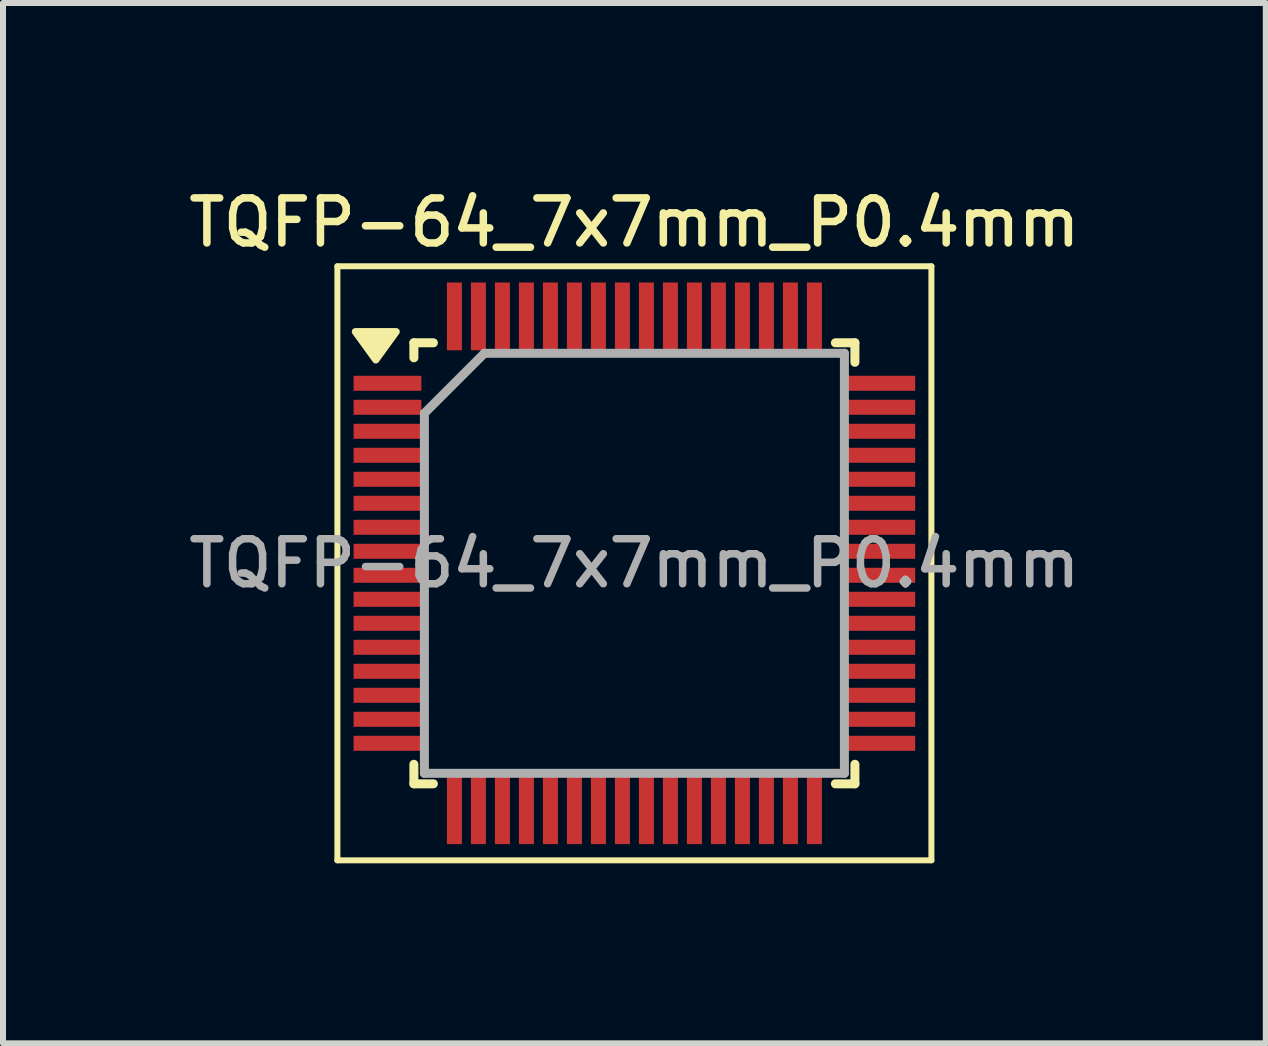
<source format=kicad_pcb>
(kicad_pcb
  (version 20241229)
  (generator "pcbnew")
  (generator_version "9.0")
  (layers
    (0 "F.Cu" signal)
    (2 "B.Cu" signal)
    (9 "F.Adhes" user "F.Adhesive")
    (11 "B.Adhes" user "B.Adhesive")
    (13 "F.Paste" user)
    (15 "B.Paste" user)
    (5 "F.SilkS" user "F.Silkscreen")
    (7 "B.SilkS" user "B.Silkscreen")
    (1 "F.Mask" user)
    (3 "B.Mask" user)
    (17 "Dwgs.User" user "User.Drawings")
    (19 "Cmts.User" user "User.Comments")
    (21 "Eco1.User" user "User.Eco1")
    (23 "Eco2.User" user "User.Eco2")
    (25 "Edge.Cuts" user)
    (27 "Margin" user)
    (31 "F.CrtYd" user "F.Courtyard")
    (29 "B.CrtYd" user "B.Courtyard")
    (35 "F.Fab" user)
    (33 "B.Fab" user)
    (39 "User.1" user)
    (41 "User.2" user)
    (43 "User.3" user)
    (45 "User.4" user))
  (footprint "TQFP-64_7x7mm_P0.4mm"
    (layer "F.Cu")
    (at 7.523 6.338)
    (property "Reference" "TQFP-64_7x7mm_P0.4mm" (at 0 -5.68 0) (layer "F.SilkS") (effects (font (size 0.75 0.75) (thickness 0.125))))
    (attr smd)
    (fp_line (start -4.95 -4.95) (end -4.95 4.95) (stroke (width 0.1) (type solid)) (layer "F.SilkS"))
    (fp_line (start -4.95 -4.95) (end 4.95 -4.95) (stroke (width 0.1) (type solid)) (layer "F.SilkS"))
    (fp_line (start -4.95 4.95) (end 4.95 4.95) (stroke (width 0.1) (type solid)) (layer "F.SilkS"))
    (fp_line (start -3.675 -3.675) (end -3.675 -3.425) (stroke (width 0.15) (type solid)) (layer "F.SilkS"))
    (fp_line (start -3.675 -3.675) (end -3.35 -3.675) (stroke (width 0.15) (type solid)) (layer "F.SilkS"))
    (fp_line (start -3.675 3.675) (end -3.675 3.35) (stroke (width 0.15) (type solid)) (layer "F.SilkS"))
    (fp_line (start -3.675 3.675) (end -3.35 3.675) (stroke (width 0.15) (type solid)) (layer "F.SilkS"))
    (fp_line (start 3.675 -3.675) (end 3.35 -3.675) (stroke (width 0.15) (type solid)) (layer "F.SilkS"))
    (fp_line (start 3.675 -3.675) (end 3.675 -3.35) (stroke (width 0.15) (type solid)) (layer "F.SilkS"))
    (fp_line (start 3.675 3.675) (end 3.35 3.675) (stroke (width 0.15) (type solid)) (layer "F.SilkS"))
    (fp_line (start 3.675 3.675) (end 3.675 3.35) (stroke (width 0.15) (type solid)) (layer "F.SilkS"))
    (fp_line (start 4.95 -4.95) (end 4.95 4.95) (stroke (width 0.1) (type solid)) (layer "F.SilkS"))
    (fp_poly (pts (xy -4.31 -3.39) (xy -4.65 -3.86) (xy -3.97 -3.86) (xy -4.31 -3.39)) (stroke (width 0.12) (type solid)) (fill yes) (layer "F.SilkS"))
    (fp_line (start -3.5 -2.5) (end -2.5 -3.5) (stroke (width 0.15) (type solid)) (layer "F.Fab"))
    (fp_line (start -3.5 3.5) (end -3.5 -2.5) (stroke (width 0.15) (type solid)) (layer "F.Fab"))
    (fp_line (start -2.5 -3.5) (end 3.5 -3.5) (stroke (width 0.15) (type solid)) (layer "F.Fab"))
    (fp_line (start 3.5 -3.5) (end 3.5 3.5) (stroke (width 0.15) (type solid)) (layer "F.Fab"))
    (fp_line (start 3.5 3.5) (end -3.5 3.5) (stroke (width 0.15) (type solid)) (layer "F.Fab"))
    (fp_text user "${REFERENCE}" (at 0 0 0) (layer "F.Fab") (effects (font (size 0.75 0.75) (thickness 0.125))))
    (pad "1" smd rect (at -4.115 -3) (size 1.13 0.25) (layers "F.Cu" "F.Mask" "F.Paste"))
    (pad "2" smd rect (at -4.115 -2.6) (size 1.13 0.25) (layers "F.Cu" "F.Mask" "F.Paste"))
    (pad "3" smd rect (at -4.115 -2.2) (size 1.13 0.25) (layers "F.Cu" "F.Mask" "F.Paste"))
    (pad "4" smd rect (at -4.115 -1.8) (size 1.13 0.25) (layers "F.Cu" "F.Mask" "F.Paste"))
    (pad "5" smd rect (at -4.115 -1.4) (size 1.13 0.25) (layers "F.Cu" "F.Mask" "F.Paste"))
    (pad "6" smd rect (at -4.115 -1) (size 1.13 0.25) (layers "F.Cu" "F.Mask" "F.Paste"))
    (pad "7" smd rect (at -4.115 -0.6) (size 1.13 0.25) (layers "F.Cu" "F.Mask" "F.Paste"))
    (pad "8" smd rect (at -4.115 -0.2) (size 1.13 0.25) (layers "F.Cu" "F.Mask" "F.Paste"))
    (pad "9" smd rect (at -4.115 0.2) (size 1.13 0.25) (layers "F.Cu" "F.Mask" "F.Paste"))
    (pad "10" smd rect (at -4.115 0.6) (size 1.13 0.25) (layers "F.Cu" "F.Mask" "F.Paste"))
    (pad "11" smd rect (at -4.115 1) (size 1.13 0.25) (layers "F.Cu" "F.Mask" "F.Paste"))
    (pad "12" smd rect (at -4.115 1.4) (size 1.13 0.25) (layers "F.Cu" "F.Mask" "F.Paste"))
    (pad "13" smd rect (at -4.115 1.8) (size 1.13 0.25) (layers "F.Cu" "F.Mask" "F.Paste"))
    (pad "14" smd rect (at -4.115 2.2) (size 1.13 0.25) (layers "F.Cu" "F.Mask" "F.Paste"))
    (pad "15" smd rect (at -4.115 2.6) (size 1.13 0.25) (layers "F.Cu" "F.Mask" "F.Paste"))
    (pad "16" smd rect (at -4.115 3) (size 1.13 0.25) (layers "F.Cu" "F.Mask" "F.Paste"))
    (pad "17" smd rect (at -3 4.115 90) (size 1.13 0.25) (layers "F.Cu" "F.Mask" "F.Paste"))
    (pad "18" smd rect (at -2.6 4.115 90) (size 1.13 0.25) (layers "F.Cu" "F.Mask" "F.Paste"))
    (pad "19" smd rect (at -2.2 4.115 90) (size 1.13 0.25) (layers "F.Cu" "F.Mask" "F.Paste"))
    (pad "20" smd rect (at -1.8 4.115 90) (size 1.13 0.25) (layers "F.Cu" "F.Mask" "F.Paste"))
    (pad "21" smd rect (at -1.4 4.115 90) (size 1.13 0.25) (layers "F.Cu" "F.Mask" "F.Paste"))
    (pad "22" smd rect (at -1 4.115 90) (size 1.13 0.25) (layers "F.Cu" "F.Mask" "F.Paste"))
    (pad "23" smd rect (at -0.6 4.115 90) (size 1.13 0.25) (layers "F.Cu" "F.Mask" "F.Paste"))
    (pad "24" smd rect (at -0.2 4.115 90) (size 1.13 0.25) (layers "F.Cu" "F.Mask" "F.Paste"))
    (pad "25" smd rect (at 0.2 4.115 90) (size 1.13 0.25) (layers "F.Cu" "F.Mask" "F.Paste"))
    (pad "26" smd rect (at 0.6 4.115 90) (size 1.13 0.25) (layers "F.Cu" "F.Mask" "F.Paste"))
    (pad "27" smd rect (at 1 4.115 90) (size 1.13 0.25) (layers "F.Cu" "F.Mask" "F.Paste"))
    (pad "28" smd rect (at 1.4 4.115 90) (size 1.13 0.25) (layers "F.Cu" "F.Mask" "F.Paste"))
    (pad "29" smd rect (at 1.8 4.115 90) (size 1.13 0.25) (layers "F.Cu" "F.Mask" "F.Paste"))
    (pad "30" smd rect (at 2.2 4.115 90) (size 1.13 0.25) (layers "F.Cu" "F.Mask" "F.Paste"))
    (pad "31" smd rect (at 2.6 4.115 90) (size 1.13 0.25) (layers "F.Cu" "F.Mask" "F.Paste"))
    (pad "32" smd rect (at 3 4.115 90) (size 1.13 0.25) (layers "F.Cu" "F.Mask" "F.Paste"))
    (pad "33" smd rect (at 4.115 3) (size 1.13 0.25) (layers "F.Cu" "F.Mask" "F.Paste"))
    (pad "34" smd rect (at 4.115 2.6) (size 1.13 0.25) (layers "F.Cu" "F.Mask" "F.Paste"))
    (pad "35" smd rect (at 4.115 2.2) (size 1.13 0.25) (layers "F.Cu" "F.Mask" "F.Paste"))
    (pad "36" smd rect (at 4.115 1.8) (size 1.13 0.25) (layers "F.Cu" "F.Mask" "F.Paste"))
    (pad "37" smd rect (at 4.115 1.4) (size 1.13 0.25) (layers "F.Cu" "F.Mask" "F.Paste"))
    (pad "38" smd rect (at 4.115 1) (size 1.13 0.25) (layers "F.Cu" "F.Mask" "F.Paste"))
    (pad "39" smd rect (at 4.115 0.6) (size 1.13 0.25) (layers "F.Cu" "F.Mask" "F.Paste"))
    (pad "40" smd rect (at 4.115 0.2) (size 1.13 0.25) (layers "F.Cu" "F.Mask" "F.Paste"))
    (pad "41" smd rect (at 4.115 -0.2) (size 1.13 0.25) (layers "F.Cu" "F.Mask" "F.Paste"))
    (pad "42" smd rect (at 4.115 -0.6) (size 1.13 0.25) (layers "F.Cu" "F.Mask" "F.Paste"))
    (pad "43" smd rect (at 4.115 -1) (size 1.13 0.25) (layers "F.Cu" "F.Mask" "F.Paste"))
    (pad "44" smd rect (at 4.115 -1.4) (size 1.13 0.25) (layers "F.Cu" "F.Mask" "F.Paste"))
    (pad "45" smd rect (at 4.115 -1.8) (size 1.13 0.25) (layers "F.Cu" "F.Mask" "F.Paste"))
    (pad "46" smd rect (at 4.115 -2.2) (size 1.13 0.25) (layers "F.Cu" "F.Mask" "F.Paste"))
    (pad "47" smd rect (at 4.115 -2.6) (size 1.13 0.25) (layers "F.Cu" "F.Mask" "F.Paste"))
    (pad "48" smd rect (at 4.115 -3) (size 1.13 0.25) (layers "F.Cu" "F.Mask" "F.Paste"))
    (pad "49" smd rect (at 3 -4.115 90) (size 1.13 0.25) (layers "F.Cu" "F.Mask" "F.Paste"))
    (pad "50" smd rect (at 2.6 -4.115 90) (size 1.13 0.25) (layers "F.Cu" "F.Mask" "F.Paste"))
    (pad "51" smd rect (at 2.2 -4.115 90) (size 1.13 0.25) (layers "F.Cu" "F.Mask" "F.Paste"))
    (pad "52" smd rect (at 1.8 -4.115 90) (size 1.13 0.25) (layers "F.Cu" "F.Mask" "F.Paste"))
    (pad "53" smd rect (at 1.4 -4.115 90) (size 1.13 0.25) (layers "F.Cu" "F.Mask" "F.Paste"))
    (pad "54" smd rect (at 1 -4.115 90) (size 1.13 0.25) (layers "F.Cu" "F.Mask" "F.Paste"))
    (pad "55" smd rect (at 0.6 -4.115 90) (size 1.13 0.25) (layers "F.Cu" "F.Mask" "F.Paste"))
    (pad "56" smd rect (at 0.2 -4.115 90) (size 1.13 0.25) (layers "F.Cu" "F.Mask" "F.Paste"))
    (pad "57" smd rect (at -0.2 -4.115 90) (size 1.13 0.25) (layers "F.Cu" "F.Mask" "F.Paste"))
    (pad "58" smd rect (at -0.6 -4.115 90) (size 1.13 0.25) (layers "F.Cu" "F.Mask" "F.Paste"))
    (pad "59" smd rect (at -1 -4.115 90) (size 1.13 0.25) (layers "F.Cu" "F.Mask" "F.Paste"))
    (pad "60" smd rect (at -1.4 -4.115 90) (size 1.13 0.25) (layers "F.Cu" "F.Mask" "F.Paste"))
    (pad "61" smd rect (at -1.8 -4.115 90) (size 1.13 0.25) (layers "F.Cu" "F.Mask" "F.Paste"))
    (pad "62" smd rect (at -2.2 -4.115 90) (size 1.13 0.25) (layers "F.Cu" "F.Mask" "F.Paste"))
    (pad "63" smd rect (at -2.6 -4.115 90) (size 1.13 0.25) (layers "F.Cu" "F.Mask" "F.Paste"))
    (pad "64" smd rect (at -3 -4.115 90) (size 1.13 0.25) (layers "F.Cu" "F.Mask" "F.Paste")))
  (gr_rect
    (start -3 -3)
    (end 18.046 14.338)
    (stroke (width 0.1) (type default))
    (fill no)
    (layer "Edge.Cuts")))
</source>
